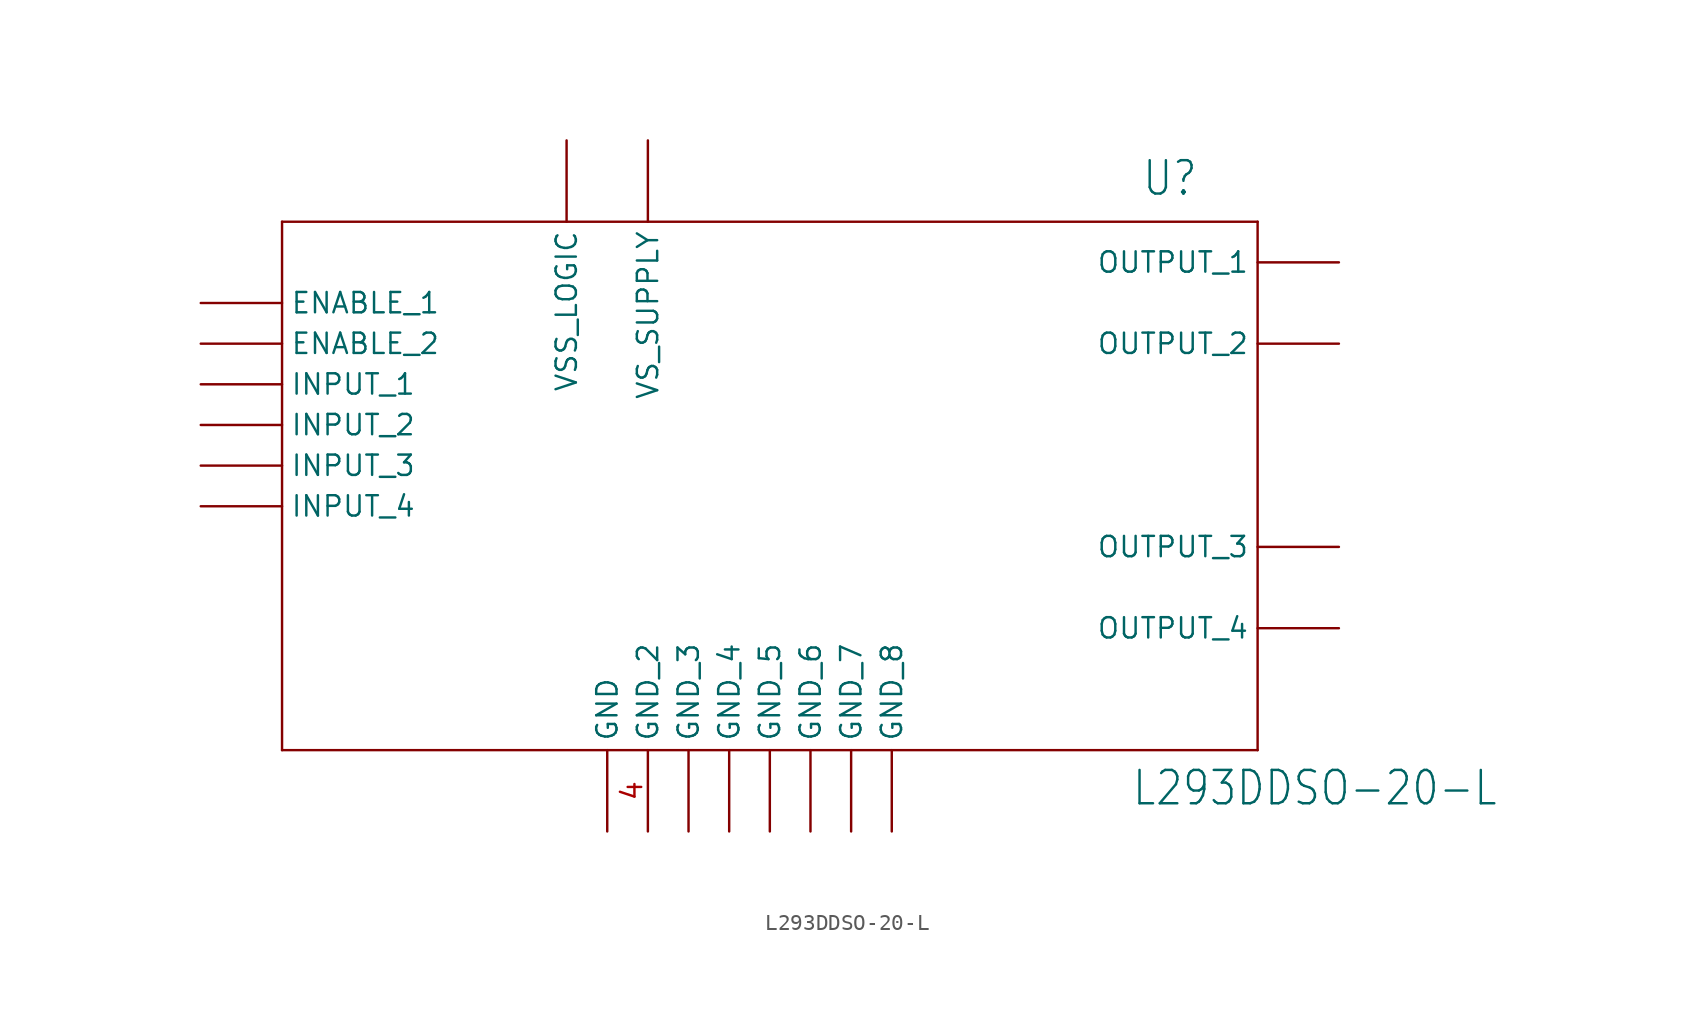
<source format=kicad_sym>
(kicad_symbol_lib
  (version 20211014)
  (generator kicad_symbol_editor)
  (symbol "L293DDSO-20-L"
    (property "Reference" "U"
      (at 61.316 6.579 0)
      (effects (font (size 2.083 1.77)) (justify left bottom)))
    (property "Value" "L293DDSO-20-L"
      (at 60.681 -31.521 0)
      (effects (font (size 2.083 1.77)) (justify left bottom)))
    (property "ki_locked" ""
      (at 0 0 0)
      (effects (font (size 1.27 1.27))))
    (symbol "L293DDSO-20-L_1_0"
      (polyline (pts (xy 7.62 -27.94) (xy 68.58 -27.94)) (stroke (width 0.152) (type default) (color 0 0 0 0)) (fill (type none)))
      (polyline (pts (xy 7.62 5.08) (xy 7.62 -27.94)) (stroke (width 0.152) (type default) (color 0 0 0 0)) (fill (type none)))
      (polyline (pts (xy 68.58 -27.94) (xy 68.58 5.08)) (stroke (width 0.152) (type default) (color 0 0 0 0)) (fill (type none)))
      (polyline (pts (xy 68.58 5.08) (xy 7.62 5.08)) (stroke (width 0.152) (type default) (color 0 0 0 0)) (fill (type none)))
      (pin input line (at 2.54 0 0) (length 5.08) (name "ENABLE_1" (effects (font (size 1.27 1.27)))) (number "1" (effects (font (size 0 0)))))
      (pin passive line (at 30.48 10.16 270) (length 5.08) (name "VS_SUPPLY" (effects (font (size 1.27 1.27)))) (number "10" (effects (font (size 0 0)))))
      (pin input line (at 2.54 -2.54 0) (length 5.08) (name "ENABLE_2" (effects (font (size 1.27 1.27)))) (number "11" (effects (font (size 0 0)))))
      (pin input line (at 2.54 -10.16 0) (length 5.08) (name "INPUT_3" (effects (font (size 1.27 1.27)))) (number "12" (effects (font (size 0 0)))))
      (pin output line (at 73.66 -15.24 180) (length 5.08) (name "OUTPUT_3" (effects (font (size 1.27 1.27)))) (number "13" (effects (font (size 0 0)))))
      (pin passive line (at 40.64 -33.02 90) (length 5.08) (name "GND_6" (effects (font (size 1.27 1.27)))) (number "14" (effects (font (size 0 0)))))
      (pin passive line (at 43.18 -33.02 90) (length 5.08) (name "GND_7" (effects (font (size 1.27 1.27)))) (number "15" (effects (font (size 0 0)))))
      (pin passive line (at 45.72 -33.02 90) (length 5.08) (name "GND_8" (effects (font (size 1.27 1.27)))) (number "16" (effects (font (size 0 0)))))
      (pin passive line (at 27.94 -33.02 90) (length 5.08) (name "GND" (effects (font (size 1.27 1.27)))) (number "17" (effects (font (size 0 0)))))
      (pin output line (at 73.66 -20.32 180) (length 5.08) (name "OUTPUT_4" (effects (font (size 1.27 1.27)))) (number "18" (effects (font (size 0 0)))))
      (pin input line (at 2.54 -12.7 0) (length 5.08) (name "INPUT_4" (effects (font (size 1.27 1.27)))) (number "19" (effects (font (size 0 0)))))
      (pin input line (at 2.54 -5.08 0) (length 5.08) (name "INPUT_1" (effects (font (size 1.27 1.27)))) (number "2" (effects (font (size 0 0)))))
      (pin passive line (at 25.4 10.16 270) (length 5.08) (name "VSS_LOGIC" (effects (font (size 1.27 1.27)))) (number "20" (effects (font (size 0 0)))))
      (pin output line (at 73.66 2.54 180) (length 5.08) (name "OUTPUT_1" (effects (font (size 1.27 1.27)))) (number "3" (effects (font (size 0 0)))))
      (pin passive line (at 30.48 -33.02 90) (length 5.08) (name "GND_2" (effects (font (size 1.27 1.27)))) (number "4" (effects (font (size 1.27 1.27)))))
      (pin passive line (at 33.02 -33.02 90) (length 5.08) (name "GND_3" (effects (font (size 1.27 1.27)))) (number "5" (effects (font (size 0 0)))))
      (pin passive line (at 35.56 -33.02 90) (length 5.08) (name "GND_4" (effects (font (size 1.27 1.27)))) (number "6" (effects (font (size 0 0)))))
      (pin passive line (at 38.1 -33.02 90) (length 5.08) (name "GND_5" (effects (font (size 1.27 1.27)))) (number "7" (effects (font (size 0 0)))))
      (pin output line (at 73.66 -2.54 180) (length 5.08) (name "OUTPUT_2" (effects (font (size 1.27 1.27)))) (number "8" (effects (font (size 0 0)))))
      (pin input line (at 2.54 -7.62 0) (length 5.08) (name "INPUT_2" (effects (font (size 1.27 1.27)))) (number "9" (effects (font (size 0 0))))))))
</source>
